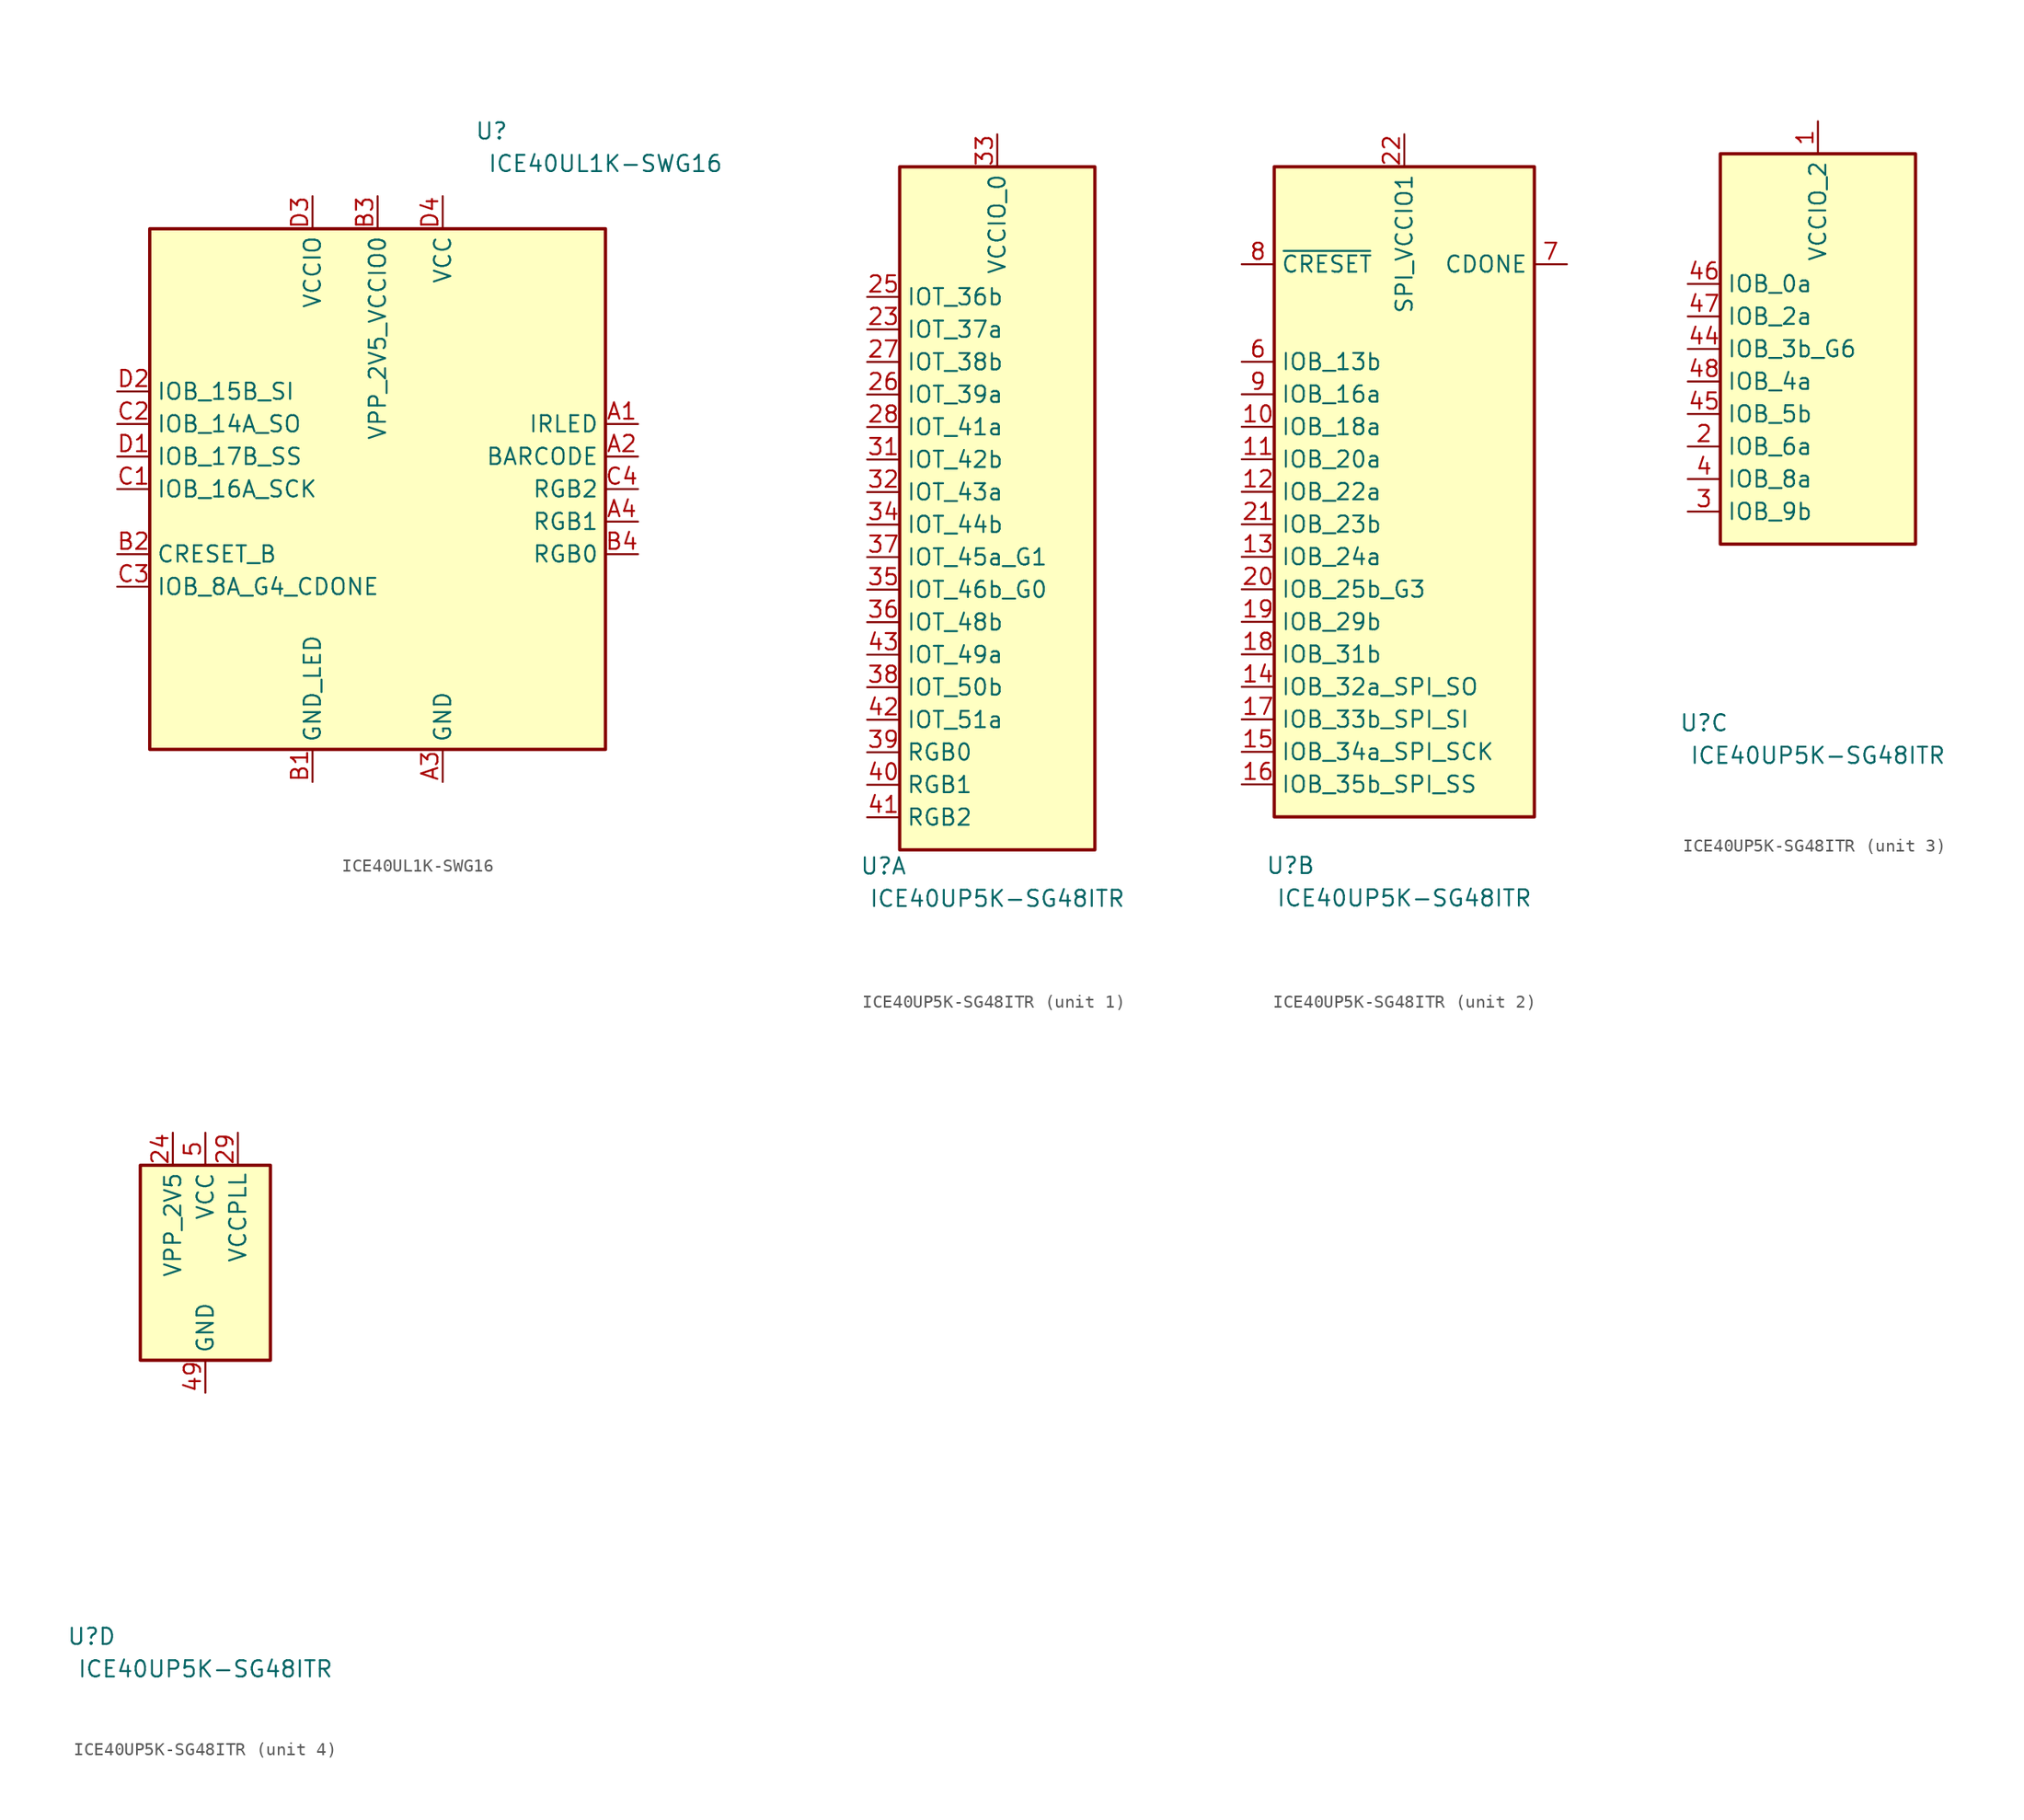
<source format=kicad_sym>
(kicad_symbol_lib
  (version 20220914)
  (generator kicad_symbol_editor)
  (symbol "ICE40UL1K-SWG16"
    (property "Reference" "U"
      (at 8.89 27.94 0)
      (effects (font (size 1.27 1.27))))
    (property "Value" "ICE40UL1K-SWG16"
      (at 17.78 25.4 0)
      (effects (font (size 1.27 1.27))))
    (symbol "ICE40UL1K-SWG16_0_1"
      (rectangle (start -17.78 20.32) (end 17.78 -20.32) (stroke (width 0.254) (type default)) (fill (type background))))
    (symbol "ICE40UL1K-SWG16_1_1"
      (pin bidirectional line (at 20.32 5.08 180) (length 2.54) (name "IRLED" (effects (font (size 1.27 1.27)))) (number "A1" (effects (font (size 1.27 1.27)))))
      (pin bidirectional line (at 20.32 2.54 180) (length 2.54) (name "BARCODE" (effects (font (size 1.27 1.27)))) (number "A2" (effects (font (size 1.27 1.27)))))
      (pin power_in line (at 5.08 -22.86 90) (length 2.54) (name "GND" (effects (font (size 1.27 1.27)))) (number "A3" (effects (font (size 1.27 1.27)))))
      (pin bidirectional line (at 20.32 -2.54 180) (length 2.54) (name "RGB1" (effects (font (size 1.27 1.27)))) (number "A4" (effects (font (size 1.27 1.27)))))
      (pin power_in line (at -5.08 -22.86 90) (length 2.54) (name "GND_LED" (effects (font (size 1.27 1.27)))) (number "B1" (effects (font (size 1.27 1.27)))))
      (pin input line (at -20.32 -5.08 0) (length 2.54) (name "CRESET_B" (effects (font (size 1.27 1.27)))) (number "B2" (effects (font (size 1.27 1.27)))))
      (pin power_in line (at 0 22.86 270) (length 2.54) (name "VPP_2V5_VCCIO0" (effects (font (size 1.27 1.27)))) (number "B3" (effects (font (size 1.27 1.27)))))
      (pin bidirectional line (at 20.32 -5.08 180) (length 2.54) (name "RGB0" (effects (font (size 1.27 1.27)))) (number "B4" (effects (font (size 1.27 1.27)))))
      (pin bidirectional line (at -20.32 0 0) (length 2.54) (name "IOB_16A_SCK" (effects (font (size 1.27 1.27)))) (number "C1" (effects (font (size 1.27 1.27)))))
      (pin bidirectional line (at -20.32 5.08 0) (length 2.54) (name "IOB_14A_SO" (effects (font (size 1.27 1.27)))) (number "C2" (effects (font (size 1.27 1.27)))))
      (pin bidirectional line (at -20.32 -7.62 0) (length 2.54) (name "IOB_8A_G4_CDONE" (effects (font (size 1.27 1.27)))) (number "C3" (effects (font (size 1.27 1.27)))))
      (pin bidirectional line (at 20.32 0 180) (length 2.54) (name "RGB2" (effects (font (size 1.27 1.27)))) (number "C4" (effects (font (size 1.27 1.27)))))
      (pin bidirectional line (at -20.32 2.54 0) (length 2.54) (name "IOB_17B_SS" (effects (font (size 1.27 1.27)))) (number "D1" (effects (font (size 1.27 1.27)))))
      (pin bidirectional line (at -20.32 7.62 0) (length 2.54) (name "IOB_15B_SI" (effects (font (size 1.27 1.27)))) (number "D2" (effects (font (size 1.27 1.27)))))
      (pin power_in line (at -5.08 22.86 270) (length 2.54) (name "VCCIO" (effects (font (size 1.27 1.27)))) (number "D3" (effects (font (size 1.27 1.27)))))
      (pin power_in line (at 5.08 22.86 270) (length 2.54) (name "VCC" (effects (font (size 1.27 1.27)))) (number "D4" (effects (font (size 1.27 1.27)))))))
  (symbol "ICE40UP5K-SG48ITR"
    (property "Reference" "U"
      (at -8.89 -29.21 0)
      (effects (font (size 1.27 1.27))))
    (property "Value" "ICE40UP5K-SG48ITR"
      (at 0 -31.75 0)
      (effects (font (size 1.27 1.27))))
    (property "ki_locked" ""
      (at 0 0 0)
      (effects (font (size 1.27 1.27))))
    (symbol "ICE40UP5K-SG48ITR_1_1"
      (rectangle (start -7.62 25.4) (end 7.62 -27.94) (stroke (width 0.254) (type default)) (fill (type background)))
      (pin bidirectional line (at -10.16 12.7 0) (length 2.54) (name "IOT_37a" (effects (font (size 1.27 1.27)))) (number "23" (effects (font (size 1.27 1.27)))))
      (pin bidirectional line (at -10.16 15.24 0) (length 2.54) (name "IOT_36b" (effects (font (size 1.27 1.27)))) (number "25" (effects (font (size 1.27 1.27)))))
      (pin bidirectional line (at -10.16 7.62 0) (length 2.54) (name "IOT_39a" (effects (font (size 1.27 1.27)))) (number "26" (effects (font (size 1.27 1.27)))))
      (pin bidirectional line (at -10.16 10.16 0) (length 2.54) (name "IOT_38b" (effects (font (size 1.27 1.27)))) (number "27" (effects (font (size 1.27 1.27)))))
      (pin bidirectional line (at -10.16 5.08 0) (length 2.54) (name "IOT_41a" (effects (font (size 1.27 1.27)))) (number "28" (effects (font (size 1.27 1.27)))))
      (pin bidirectional line (at -10.16 2.54 0) (length 2.54) (name "IOT_42b" (effects (font (size 1.27 1.27)))) (number "31" (effects (font (size 1.27 1.27)))))
      (pin bidirectional line (at -10.16 0 0) (length 2.54) (name "IOT_43a" (effects (font (size 1.27 1.27)))) (number "32" (effects (font (size 1.27 1.27)))))
      (pin power_in line (at 0 27.94 270) (length 2.54) (name "VCCIO_0" (effects (font (size 1.27 1.27)))) (number "33" (effects (font (size 1.27 1.27)))))
      (pin bidirectional line (at -10.16 -2.54 0) (length 2.54) (name "IOT_44b" (effects (font (size 1.27 1.27)))) (number "34" (effects (font (size 1.27 1.27)))))
      (pin bidirectional line (at -10.16 -7.62 0) (length 2.54) (name "IOT_46b_G0" (effects (font (size 1.27 1.27)))) (number "35" (effects (font (size 1.27 1.27)))))
      (pin bidirectional line (at -10.16 -10.16 0) (length 2.54) (name "IOT_48b" (effects (font (size 1.27 1.27)))) (number "36" (effects (font (size 1.27 1.27)))))
      (pin bidirectional line (at -10.16 -5.08 0) (length 2.54) (name "IOT_45a_G1" (effects (font (size 1.27 1.27)))) (number "37" (effects (font (size 1.27 1.27)))))
      (pin bidirectional line (at -10.16 -15.24 0) (length 2.54) (name "IOT_50b" (effects (font (size 1.27 1.27)))) (number "38" (effects (font (size 1.27 1.27)))))
      (pin open_collector line (at -10.16 -20.32 0) (length 2.54) (name "RGB0" (effects (font (size 1.27 1.27)))) (number "39" (effects (font (size 1.27 1.27)))))
      (pin open_collector line (at -10.16 -22.86 0) (length 2.54) (name "RGB1" (effects (font (size 1.27 1.27)))) (number "40" (effects (font (size 1.27 1.27)))))
      (pin open_collector line (at -10.16 -25.4 0) (length 2.54) (name "RGB2" (effects (font (size 1.27 1.27)))) (number "41" (effects (font (size 1.27 1.27)))))
      (pin bidirectional line (at -10.16 -17.78 0) (length 2.54) (name "IOT_51a" (effects (font (size 1.27 1.27)))) (number "42" (effects (font (size 1.27 1.27)))))
      (pin bidirectional line (at -10.16 -12.7 0) (length 2.54) (name "IOT_49a" (effects (font (size 1.27 1.27)))) (number "43" (effects (font (size 1.27 1.27))))))
    (symbol "ICE40UP5K-SG48ITR_2_1"
      (rectangle (start -10.16 25.4) (end 10.16 -25.4) (stroke (width 0.254) (type default)) (fill (type background)))
      (pin bidirectional line (at -12.7 5.08 0) (length 2.54) (name "IOB_18a" (effects (font (size 1.27 1.27)))) (number "10" (effects (font (size 1.27 1.27)))))
      (pin bidirectional line (at -12.7 2.54 0) (length 2.54) (name "IOB_20a" (effects (font (size 1.27 1.27)))) (number "11" (effects (font (size 1.27 1.27)))))
      (pin bidirectional line (at -12.7 0 0) (length 2.54) (name "IOB_22a" (effects (font (size 1.27 1.27)))) (number "12" (effects (font (size 1.27 1.27)))))
      (pin bidirectional line (at -12.7 -5.08 0) (length 2.54) (name "IOB_24a" (effects (font (size 1.27 1.27)))) (number "13" (effects (font (size 1.27 1.27)))))
      (pin bidirectional line (at -12.7 -15.24 0) (length 2.54) (name "IOB_32a_SPI_SO" (effects (font (size 1.27 1.27)))) (number "14" (effects (font (size 1.27 1.27)))))
      (pin bidirectional line (at -12.7 -20.32 0) (length 2.54) (name "IOB_34a_SPI_SCK" (effects (font (size 1.27 1.27)))) (number "15" (effects (font (size 1.27 1.27)))))
      (pin bidirectional line (at -12.7 -22.86 0) (length 2.54) (name "IOB_35b_SPI_SS" (effects (font (size 1.27 1.27)))) (number "16" (effects (font (size 1.27 1.27)))))
      (pin bidirectional line (at -12.7 -17.78 0) (length 2.54) (name "IOB_33b_SPI_SI" (effects (font (size 1.27 1.27)))) (number "17" (effects (font (size 1.27 1.27)))))
      (pin bidirectional line (at -12.7 -12.7 0) (length 2.54) (name "IOB_31b" (effects (font (size 1.27 1.27)))) (number "18" (effects (font (size 1.27 1.27)))))
      (pin bidirectional line (at -12.7 -10.16 0) (length 2.54) (name "IOB_29b" (effects (font (size 1.27 1.27)))) (number "19" (effects (font (size 1.27 1.27)))))
      (pin bidirectional line (at -12.7 -7.62 0) (length 2.54) (name "IOB_25b_G3" (effects (font (size 1.27 1.27)))) (number "20" (effects (font (size 1.27 1.27)))))
      (pin bidirectional line (at -12.7 -2.54 0) (length 2.54) (name "IOB_23b" (effects (font (size 1.27 1.27)))) (number "21" (effects (font (size 1.27 1.27)))))
      (pin power_in line (at 0 27.94 270) (length 2.54) (name "SPI_VCCIO1" (effects (font (size 1.27 1.27)))) (number "22" (effects (font (size 1.27 1.27)))))
      (pin bidirectional line (at -12.7 10.16 0) (length 2.54) (name "IOB_13b" (effects (font (size 1.27 1.27)))) (number "6" (effects (font (size 1.27 1.27)))))
      (pin open_collector line (at 12.7 17.78 180) (length 2.54) (name "CDONE" (effects (font (size 1.27 1.27)))) (number "7" (effects (font (size 1.27 1.27)))))
      (pin input line (at -12.7 17.78 0) (length 2.54) (name "~{CRESET}" (effects (font (size 1.27 1.27)))) (number "8" (effects (font (size 1.27 1.27)))))
      (pin bidirectional line (at -12.7 7.62 0) (length 2.54) (name "IOB_16a" (effects (font (size 1.27 1.27)))) (number "9" (effects (font (size 1.27 1.27))))))
    (symbol "ICE40UP5K-SG48ITR_3_1"
      (rectangle (start -7.62 15.24) (end 7.62 -15.24) (stroke (width 0.254) (type default)) (fill (type background)))
      (pin power_in line (at 0 17.78 270) (length 2.54) (name "VCCIO_2" (effects (font (size 1.27 1.27)))) (number "1" (effects (font (size 1.27 1.27)))))
      (pin bidirectional line (at -10.16 -7.62 0) (length 2.54) (name "IOB_6a" (effects (font (size 1.27 1.27)))) (number "2" (effects (font (size 1.27 1.27)))))
      (pin bidirectional line (at -10.16 -12.7 0) (length 2.54) (name "IOB_9b" (effects (font (size 1.27 1.27)))) (number "3" (effects (font (size 1.27 1.27)))))
      (pin bidirectional line (at -10.16 -10.16 0) (length 2.54) (name "IOB_8a" (effects (font (size 1.27 1.27)))) (number "4" (effects (font (size 1.27 1.27)))))
      (pin bidirectional line (at -10.16 0 0) (length 2.54) (name "IOB_3b_G6" (effects (font (size 1.27 1.27)))) (number "44" (effects (font (size 1.27 1.27)))))
      (pin bidirectional line (at -10.16 -5.08 0) (length 2.54) (name "IOB_5b" (effects (font (size 1.27 1.27)))) (number "45" (effects (font (size 1.27 1.27)))))
      (pin bidirectional line (at -10.16 5.08 0) (length 2.54) (name "IOB_0a" (effects (font (size 1.27 1.27)))) (number "46" (effects (font (size 1.27 1.27)))))
      (pin bidirectional line (at -10.16 2.54 0) (length 2.54) (name "IOB_2a" (effects (font (size 1.27 1.27)))) (number "47" (effects (font (size 1.27 1.27)))))
      (pin bidirectional line (at -10.16 -2.54 0) (length 2.54) (name "IOB_4a" (effects (font (size 1.27 1.27)))) (number "48" (effects (font (size 1.27 1.27))))))
    (symbol "ICE40UP5K-SG48ITR_4_1"
      (rectangle (start -5.08 7.62) (end 5.08 -7.62) (stroke (width 0.254) (type default)) (fill (type background)))
      (pin power_in line (at -2.54 10.16 270) (length 2.54) (name "VPP_2V5" (effects (font (size 1.27 1.27)))) (number "24" (effects (font (size 1.27 1.27)))))
      (pin power_out line (at 2.54 10.16 270) (length 2.54) (name "VCCPLL" (effects (font (size 1.27 1.27)))) (number "29" (effects (font (size 1.27 1.27)))))
      (pin passive line (at 0 10.16 270) (length 2.54) hide (name "VCC" (effects (font (size 1.27 1.27)))) (number "30" (effects (font (size 1.27 1.27)))))
      (pin power_in line (at 0 -10.16 90) (length 2.54) (name "GND" (effects (font (size 1.27 1.27)))) (number "49" (effects (font (size 1.27 1.27)))))
      (pin power_in line (at 0 10.16 270) (length 2.54) (name "VCC" (effects (font (size 1.27 1.27)))) (number "5" (effects (font (size 1.27 1.27))))))))
</source>
